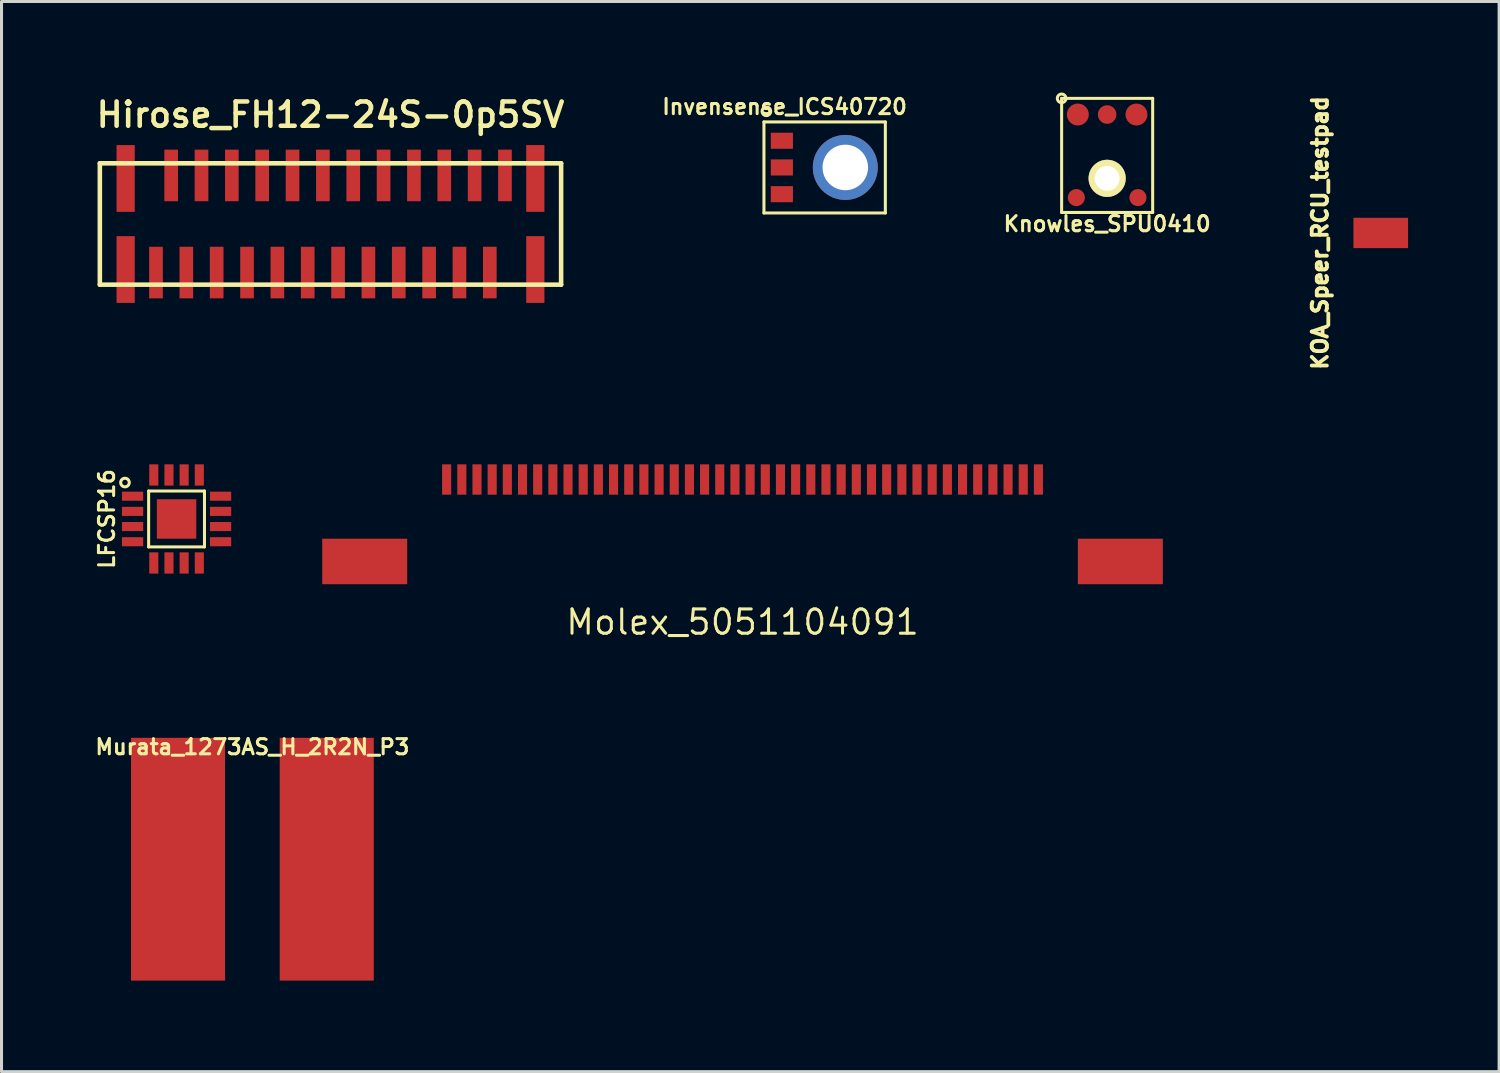
<source format=kicad_pcb>
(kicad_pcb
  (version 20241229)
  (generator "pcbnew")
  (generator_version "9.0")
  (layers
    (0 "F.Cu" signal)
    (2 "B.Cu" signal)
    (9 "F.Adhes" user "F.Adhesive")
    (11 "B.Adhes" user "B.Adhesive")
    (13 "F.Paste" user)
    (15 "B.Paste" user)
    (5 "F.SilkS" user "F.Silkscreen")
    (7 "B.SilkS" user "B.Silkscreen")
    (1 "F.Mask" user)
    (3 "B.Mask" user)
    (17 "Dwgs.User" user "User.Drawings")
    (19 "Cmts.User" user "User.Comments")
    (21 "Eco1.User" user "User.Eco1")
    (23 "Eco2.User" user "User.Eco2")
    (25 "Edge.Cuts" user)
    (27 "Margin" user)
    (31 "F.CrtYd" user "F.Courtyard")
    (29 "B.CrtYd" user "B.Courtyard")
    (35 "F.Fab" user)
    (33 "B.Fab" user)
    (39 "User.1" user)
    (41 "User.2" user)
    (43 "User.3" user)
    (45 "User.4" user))
  (footprint "Molex_5051104091"
    (layer "F.Cu")
    (at 21.418 15.451)
    (property "Reference" "Molex_5051104091" (at 0 2 0) (layer "F.SilkS") (effects (font (size 0.8 0.8) (thickness 0.1))))
    (attr smd)
    (pad "1" smd rect (at -9.75 -2.7) (size 0.3 1) (layers "F.Cu" "F.Mask" "F.Paste"))
    (pad "2" smd rect (at -9.25 -2.7) (size 0.3 1) (layers "F.Cu" "F.Mask" "F.Paste"))
    (pad "3" smd rect (at -8.75 -2.7) (size 0.3 1) (layers "F.Cu" "F.Mask" "F.Paste"))
    (pad "4" smd rect (at -8.25 -2.7) (size 0.3 1) (layers "F.Cu" "F.Mask" "F.Paste"))
    (pad "5" smd rect (at -7.75 -2.7) (size 0.3 1) (layers "F.Cu" "F.Mask" "F.Paste"))
    (pad "6" smd rect (at -7.25 -2.7) (size 0.3 1) (layers "F.Cu" "F.Mask" "F.Paste"))
    (pad "7" smd rect (at -6.75 -2.7) (size 0.3 1) (layers "F.Cu" "F.Mask" "F.Paste"))
    (pad "8" smd rect (at -6.25 -2.7) (size 0.3 1) (layers "F.Cu" "F.Mask" "F.Paste"))
    (pad "9" smd rect (at -5.75 -2.7) (size 0.3 1) (layers "F.Cu" "F.Mask" "F.Paste"))
    (pad "10" smd rect (at -5.25 -2.7) (size 0.3 1) (layers "F.Cu" "F.Mask" "F.Paste"))
    (pad "11" smd rect (at -4.75 -2.7) (size 0.3 1) (layers "F.Cu" "F.Mask" "F.Paste"))
    (pad "12" smd rect (at -4.25 -2.7) (size 0.3 1) (layers "F.Cu" "F.Mask" "F.Paste"))
    (pad "13" smd rect (at -3.75 -2.7) (size 0.3 1) (layers "F.Cu" "F.Mask" "F.Paste"))
    (pad "14" smd rect (at -3.25 -2.7) (size 0.3 1) (layers "F.Cu" "F.Mask" "F.Paste"))
    (pad "15" smd rect (at -2.75 -2.7) (size 0.3 1) (layers "F.Cu" "F.Mask" "F.Paste"))
    (pad "16" smd rect (at -2.25 -2.7) (size 0.3 1) (layers "F.Cu" "F.Mask" "F.Paste"))
    (pad "17" smd rect (at -1.75 -2.7) (size 0.3 1) (layers "F.Cu" "F.Mask" "F.Paste"))
    (pad "18" smd rect (at -1.25 -2.7) (size 0.3 1) (layers "F.Cu" "F.Mask" "F.Paste"))
    (pad "19" smd rect (at -0.75 -2.7) (size 0.3 1) (layers "F.Cu" "F.Mask" "F.Paste"))
    (pad "20" smd rect (at -0.25 -2.7) (size 0.3 1) (layers "F.Cu" "F.Mask" "F.Paste"))
    (pad "21" smd rect (at 0.25 -2.7) (size 0.3 1) (layers "F.Cu" "F.Mask" "F.Paste"))
    (pad "22" smd rect (at 0.75 -2.7) (size 0.3 1) (layers "F.Cu" "F.Mask" "F.Paste"))
    (pad "23" smd rect (at 1.25 -2.7) (size 0.3 1) (layers "F.Cu" "F.Mask" "F.Paste"))
    (pad "24" smd rect (at 1.75 -2.7) (size 0.3 1) (layers "F.Cu" "F.Mask" "F.Paste"))
    (pad "25" smd rect (at 2.25 -2.7) (size 0.3 1) (layers "F.Cu" "F.Mask" "F.Paste"))
    (pad "26" smd rect (at 2.75 -2.7) (size 0.3 1) (layers "F.Cu" "F.Mask" "F.Paste"))
    (pad "27" smd rect (at 3.25 -2.7) (size 0.3 1) (layers "F.Cu" "F.Mask" "F.Paste"))
    (pad "28" smd rect (at 3.75 -2.7) (size 0.3 1) (layers "F.Cu" "F.Mask" "F.Paste"))
    (pad "29" smd rect (at 4.25 -2.7) (size 0.3 1) (layers "F.Cu" "F.Mask" "F.Paste"))
    (pad "30" smd rect (at 4.75 -2.7) (size 0.3 1) (layers "F.Cu" "F.Mask" "F.Paste"))
    (pad "31" smd rect (at 5.25 -2.7) (size 0.3 1) (layers "F.Cu" "F.Mask" "F.Paste"))
    (pad "32" smd rect (at 5.75 -2.7) (size 0.3 1) (layers "F.Cu" "F.Mask" "F.Paste"))
    (pad "33" smd rect (at 6.25 -2.7) (size 0.3 1) (layers "F.Cu" "F.Mask" "F.Paste"))
    (pad "34" smd rect (at 6.75 -2.7) (size 0.3 1) (layers "F.Cu" "F.Mask" "F.Paste"))
    (pad "35" smd rect (at 7.25 -2.7) (size 0.3 1) (layers "F.Cu" "F.Mask" "F.Paste"))
    (pad "36" smd rect (at 7.75 -2.7) (size 0.3 1) (layers "F.Cu" "F.Mask" "F.Paste"))
    (pad "37" smd rect (at 8.25 -2.7) (size 0.3 1) (layers "F.Cu" "F.Mask" "F.Paste"))
    (pad "38" smd rect (at 8.75 -2.7) (size 0.3 1) (layers "F.Cu" "F.Mask" "F.Paste"))
    (pad "39" smd rect (at 9.25 -2.7) (size 0.3 1) (layers "F.Cu" "F.Mask" "F.Paste"))
    (pad "40" smd rect (at 9.75 -2.7) (size 0.3 1) (layers "F.Cu" "F.Mask" "F.Paste"))
    (pad "MP" smd rect (at -12.45 0) (size 2.8 1.5) (layers "F.Cu" "F.Mask" "F.Paste"))
    (pad "MP" smd rect (at 12.45 0) (size 2.8 1.5) (layers "F.Cu" "F.Mask" "F.Paste")))
  (footprint "Knowles_SPU0410"
    (layer "F.Cu")
    (at 33.433 2.827)
    (property "Reference" "Knowles_SPU0410" (at 0 1.5 0) (layer "F.SilkS") (effects (font (size 0.5 0.5) (thickness 0.1))))
    (attr smd)
    (fp_line (start -1.5 -2.636) (end 1.5 -2.636) (stroke (width 0.1) (type solid)) (layer "F.SilkS"))
    (fp_line (start -1.5 1.124) (end -1.5 -2.636) (stroke (width 0.1) (type solid)) (layer "F.SilkS"))
    (fp_line (start 1.5 -2.636) (end 1.5 1.124) (stroke (width 0.1) (type solid)) (layer "F.SilkS"))
    (fp_line (start 1.5 1.124) (end -1.5 1.124) (stroke (width 0.1) (type solid)) (layer "F.SilkS"))
    (fp_circle (center -1.5 -2.636) (end -1.6 -2.736) (stroke (width 0.1) (type solid)) (fill no) (layer "F.SilkS"))
    (pad "1" smd circle (at -0.966 -2.103) (size 0.723 0.723) (layers "F.Cu" "F.Mask" "F.Paste"))
    (pad "2" smd circle (at -1.015 0.634) (size 0.562 0.562) (layers "F.Cu" "F.Mask" "F.Paste"))
    (pad "3" smd circle (at 1.015 0.634) (size 0.562 0.562) (layers "F.Cu" "F.Mask" "F.Paste"))
    (pad "4" smd circle (at 0.966 -2.103) (size 0.723 0.723) (layers "F.Cu" "F.Mask" "F.Paste"))
    (pad "5" smd circle (at 0 -2.103) (size 0.612 0.612) (layers "F.Cu" "F.Mask" "F.Paste"))
    (pad "6" thru_hole circle (at 0 0) (size 1.224 1.224) (drill 0.82) (layers "*.Cu" "*.Mask" "F.SilkS")))
  (footprint "Murata_1273AS_H_2R2N_P3"
    (layer "F.Cu")
    (at 5.267 25.263)
    (property "Reference" "Murata_1273AS_H_2R2N_P3" (at 0 -3.7 0) (layer "F.SilkS") (effects (font (size 0.5 0.5) (thickness 0.1))))
    (attr smd)
    (pad "1" smd rect (at -2.45 0) (size 3.1 8) (layers "F.Cu" "F.Mask" "F.Paste"))
    (pad "2" smd rect (at 2.45 0) (size 3.1 8) (layers "F.Cu" "F.Mask" "F.Paste")))
  (footprint "KOA_Speer_RCU_testpad"
    (layer "F.Cu")
    (at 42.449 4.626)
    (property "Reference" "KOA_Speer_RCU_testpad" (at -2 0 90) (layer "F.SilkS") (effects (font (size 0.5 0.5) (thickness 0.15))))
    (attr smd)
    (pad "1" smd rect (at 0 0) (size 1.8 1) (layers "F.Cu" "F.Mask" "F.Paste")))
  (footprint "Invensense_ICS40720"
    (layer "F.Cu")
    (at 24.804 2.468)
    (property "Reference" "Invensense_ICS40720" (at -2 -2 0) (layer "F.SilkS") (effects (font (size 0.5 0.5) (thickness 0.1))))
    (attr smd)
    (fp_line (start -2.68 -1.5) (end -2.68 1.5) (stroke (width 0.1) (type solid)) (layer "F.SilkS"))
    (fp_line (start -2.68 1.5) (end 1.32 1.5) (stroke (width 0.1) (type solid)) (layer "F.SilkS"))
    (fp_line (start 1.32 -1.5) (end -2.68 -1.5) (stroke (width 0.1) (type solid)) (layer "F.SilkS"))
    (fp_line (start 1.32 1.5) (end 1.32 -1.5) (stroke (width 0.1) (type solid)) (layer "F.SilkS"))
    (fp_circle (center -2.6 -1.85) (end -2.7 -1.75) (stroke (width 0.1) (type solid)) (fill no) (layer "F.SilkS"))
    (pad "1" smd rect (at -2.09 -0.88) (size 0.73 0.53) (layers "F.Cu" "F.Mask" "F.Paste"))
    (pad "2" smd rect (at -2.09 0) (size 0.73 0.53) (layers "F.Cu" "F.Mask" "F.Paste"))
    (pad "3" smd rect (at -2.09 0.88) (size 0.73 0.53) (layers "F.Cu" "F.Mask" "F.Paste"))
    (pad "4" thru_hole circle (at 0 0) (size 2.14 2.14) (drill 1.5) (layers "F.Cu" "F.Mask" "F.Paste")))
  (footprint "Hirose_FH12-24S-0p5SV"
    (layer "F.Cu")
    (at 7.84 4.331)
    (property "Reference" "Hirose_FH12-24S-0p5SV" (at 0 -3.6 0) (layer "F.SilkS") (effects (font (size 0.8 0.8) (thickness 0.15))))
    (attr smd)
    (fp_line (start -7.6 -2) (end 7.6 -2) (stroke (width 0.15) (type solid)) (layer "F.SilkS"))
    (fp_line (start -7.6 2) (end -7.6 -2) (stroke (width 0.15) (type solid)) (layer "F.SilkS"))
    (fp_line (start 7.6 -2) (end 7.6 2) (stroke (width 0.15) (type solid)) (layer "F.SilkS"))
    (fp_line (start 7.6 2) (end -7.6 2) (stroke (width 0.15) (type solid)) (layer "F.SilkS"))
    (pad "1" smd rect (at -5.75 1.6) (size 0.45 1.7) (layers "F.Cu" "F.Mask" "F.Paste"))
    (pad "2" smd rect (at -5.25 -1.6) (size 0.45 1.7) (layers "F.Cu" "F.Mask" "F.Paste"))
    (pad "3" smd rect (at -4.75 1.6) (size 0.45 1.7) (layers "F.Cu" "F.Mask" "F.Paste"))
    (pad "4" smd rect (at -4.25 -1.6) (size 0.45 1.7) (layers "F.Cu" "F.Mask" "F.Paste"))
    (pad "5" smd rect (at -3.75 1.6) (size 0.45 1.7) (layers "F.Cu" "F.Mask" "F.Paste"))
    (pad "6" smd rect (at -3.25 -1.6) (size 0.45 1.7) (layers "F.Cu" "F.Mask" "F.Paste"))
    (pad "7" smd rect (at -2.75 1.6) (size 0.45 1.7) (layers "F.Cu" "F.Mask" "F.Paste"))
    (pad "8" smd rect (at -2.25 -1.6) (size 0.45 1.7) (layers "F.Cu" "F.Mask" "F.Paste"))
    (pad "9" smd rect (at -1.75 1.6) (size 0.45 1.7) (layers "F.Cu" "F.Mask" "F.Paste"))
    (pad "10" smd rect (at -1.25 -1.6) (size 0.45 1.7) (layers "F.Cu" "F.Mask" "F.Paste"))
    (pad "11" smd rect (at -0.75 1.6) (size 0.45 1.7) (layers "F.Cu" "F.Mask" "F.Paste"))
    (pad "12" smd rect (at -0.25 -1.6) (size 0.45 1.7) (layers "F.Cu" "F.Mask" "F.Paste"))
    (pad "13" smd rect (at 0.25 1.6) (size 0.45 1.7) (layers "F.Cu" "F.Mask" "F.Paste"))
    (pad "14" smd rect (at 0.75 -1.6) (size 0.45 1.7) (layers "F.Cu" "F.Mask" "F.Paste"))
    (pad "15" smd rect (at 1.25 1.6) (size 0.45 1.7) (layers "F.Cu" "F.Mask" "F.Paste"))
    (pad "16" smd rect (at 1.75 -1.6) (size 0.45 1.7) (layers "F.Cu" "F.Mask" "F.Paste"))
    (pad "17" smd rect (at 2.25 1.6) (size 0.45 1.7) (layers "F.Cu" "F.Mask" "F.Paste"))
    (pad "18" smd rect (at 2.75 -1.6) (size 0.45 1.7) (layers "F.Cu" "F.Mask" "F.Paste"))
    (pad "19" smd rect (at 3.25 1.6) (size 0.45 1.7) (layers "F.Cu" "F.Mask" "F.Paste"))
    (pad "20" smd rect (at 3.75 -1.6) (size 0.45 1.7) (layers "F.Cu" "F.Mask" "F.Paste"))
    (pad "21" smd rect (at 4.25 1.6) (size 0.45 1.7) (layers "F.Cu" "F.Mask" "F.Paste"))
    (pad "22" smd rect (at 4.75 -1.6) (size 0.45 1.7) (layers "F.Cu" "F.Mask" "F.Paste"))
    (pad "23" smd rect (at 5.25 1.6) (size 0.45 1.7) (layers "F.Cu" "F.Mask" "F.Paste"))
    (pad "24" smd rect (at 5.75 -1.6) (size 0.45 1.7) (layers "F.Cu" "F.Mask" "F.Paste"))
    (pad "~" smd rect (at -6.75 -1.5) (size 0.6 2.2) (layers "F.Cu" "F.Mask" "F.Paste"))
    (pad "~" smd rect (at -6.75 1.5) (size 0.6 2.2) (layers "F.Cu" "F.Mask" "F.Paste"))
    (pad "~" smd rect (at 6.75 -1.5) (size 0.6 2.2) (layers "F.Cu" "F.Mask" "F.Paste"))
    (pad "~" smd rect (at 6.75 1.5) (size 0.6 2.2) (layers "F.Cu" "F.Mask" "F.Paste")))
  (footprint "LFCSP16"
    (layer "F.Cu")
    (at 2.768 14.051)
    (property "Reference" "LFCSP16" (at -2.3 0 90) (layer "F.SilkS") (effects (font (size 0.5 0.5) (thickness 0.1))))
    (attr smd)
    (fp_line (start -0.92 -0.92) (end -0.92 0.92) (stroke (width 0.1) (type solid)) (layer "F.SilkS"))
    (fp_line (start -0.92 0.92) (end 0.92 0.92) (stroke (width 0.1) (type solid)) (layer "F.SilkS"))
    (fp_line (start 0.92 -0.92) (end -0.92 -0.92) (stroke (width 0.1) (type solid)) (layer "F.SilkS"))
    (fp_line (start 0.92 0.92) (end 0.92 -0.92) (stroke (width 0.1) (type solid)) (layer "F.SilkS"))
    (fp_circle (center -1.7 -1.2) (end -1.8 -1.3) (stroke (width 0.1) (type solid)) (fill no) (layer "F.SilkS"))
    (pad "1" smd rect (at -1.45 -0.75) (size 0.7 0.3) (layers "F.Cu" "F.Mask" "F.Paste"))
    (pad "2" smd rect (at -1.45 -0.25) (size 0.7 0.3) (layers "F.Cu" "F.Mask" "F.Paste"))
    (pad "3" smd rect (at -1.45 0.25) (size 0.7 0.3) (layers "F.Cu" "F.Mask" "F.Paste"))
    (pad "4" smd rect (at -1.45 0.75) (size 0.7 0.3) (layers "F.Cu" "F.Mask" "F.Paste"))
    (pad "5" smd rect (at -0.75 1.45) (size 0.3 0.7) (layers "F.Cu" "F.Mask" "F.Paste"))
    (pad "6" smd rect (at -0.25 1.45) (size 0.3 0.7) (layers "F.Cu" "F.Mask" "F.Paste"))
    (pad "7" smd rect (at 0.25 1.45) (size 0.3 0.7) (layers "F.Cu" "F.Mask" "F.Paste"))
    (pad "8" smd rect (at 0.75 1.45) (size 0.3 0.7) (layers "F.Cu" "F.Mask" "F.Paste"))
    (pad "9" smd rect (at 1.45 0.75) (size 0.7 0.3) (layers "F.Cu" "F.Mask" "F.Paste"))
    (pad "10" smd rect (at 1.45 0.25) (size 0.7 0.3) (layers "F.Cu" "F.Mask" "F.Paste"))
    (pad "11" smd rect (at 1.45 -0.25) (size 0.7 0.3) (layers "F.Cu" "F.Mask" "F.Paste"))
    (pad "12" smd rect (at 1.45 -0.75) (size 0.7 0.3) (layers "F.Cu" "F.Mask" "F.Paste"))
    (pad "13" smd rect (at 0.75 -1.45) (size 0.3 0.7) (layers "F.Cu" "F.Mask" "F.Paste"))
    (pad "14" smd rect (at 0.25 -1.45) (size 0.3 0.7) (layers "F.Cu" "F.Mask" "F.Paste"))
    (pad "15" smd rect (at -0.25 -1.45) (size 0.3 0.7) (layers "F.Cu" "F.Mask" "F.Paste"))
    (pad "16" smd rect (at -0.75 -1.45) (size 0.3 0.7) (layers "F.Cu" "F.Mask" "F.Paste"))
    (pad "17" smd rect (at 0 0) (size 1.3 1.3) (layers "F.Cu" "F.Mask" "F.Paste")))
  (gr_rect
    (start -3 -3)
    (end 46.349 32.263)
    (stroke (width 0.1) (type default))
    (fill no)
    (layer "Edge.Cuts")))
</source>
